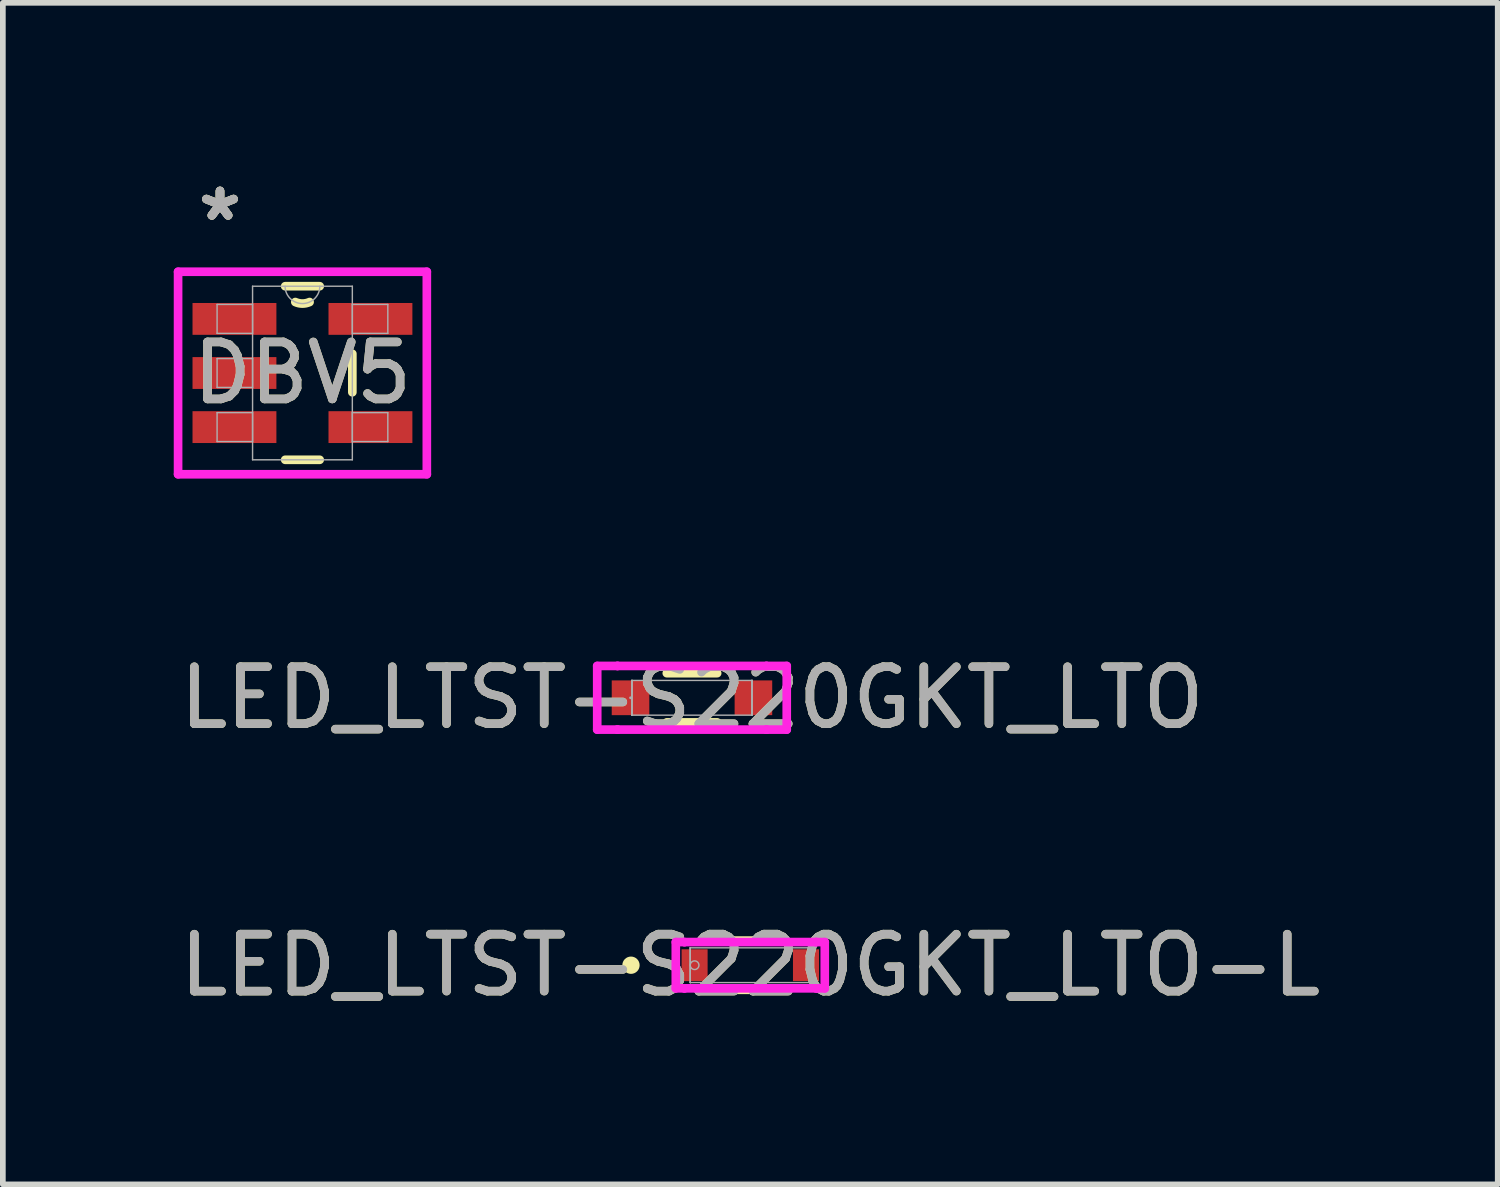
<source format=kicad_pcb>
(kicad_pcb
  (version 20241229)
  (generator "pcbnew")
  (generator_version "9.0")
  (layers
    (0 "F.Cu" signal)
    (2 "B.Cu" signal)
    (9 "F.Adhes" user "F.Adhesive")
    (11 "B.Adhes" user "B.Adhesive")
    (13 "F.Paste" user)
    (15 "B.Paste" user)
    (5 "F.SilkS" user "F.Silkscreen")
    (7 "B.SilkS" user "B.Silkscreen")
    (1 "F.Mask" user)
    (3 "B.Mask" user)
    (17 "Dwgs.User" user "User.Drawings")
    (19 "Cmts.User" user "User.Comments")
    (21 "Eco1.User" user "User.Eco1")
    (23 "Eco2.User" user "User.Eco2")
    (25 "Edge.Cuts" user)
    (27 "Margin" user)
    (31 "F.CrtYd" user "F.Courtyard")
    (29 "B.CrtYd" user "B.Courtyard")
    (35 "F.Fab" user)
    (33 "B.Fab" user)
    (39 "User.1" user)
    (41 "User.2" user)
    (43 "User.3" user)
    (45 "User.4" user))
  (footprint "LED_LTST-S220GKT_LTO"
    (layer "F.Cu")
    (at 9.101 9.203)
    (property "Reference" "LED_LTST-S220GKT_LTO" (at 0 0 0) (unlocked yes) (layer "F.SilkS") (effects (font (size 1 1) (thickness 0.15))))
    (attr smd)
    (fp_line (start -0.442 0.432) (end 0.442 0.432) (stroke (width 0.152) (type solid)) (layer "F.SilkS"))
    (fp_line (start 0.442 -0.432) (end -0.442 -0.432) (stroke (width 0.152) (type solid)) (layer "F.SilkS"))
    (fp_line (start -1.664 -0.559) (end -1.308 -0.559) (stroke (width 0.152) (type solid)) (layer "F.CrtYd"))
    (fp_line (start -1.664 0.559) (end -1.664 -0.559) (stroke (width 0.152) (type solid)) (layer "F.CrtYd"))
    (fp_line (start -1.308 -0.559) (end -1.308 -0.559) (stroke (width 0.152) (type solid)) (layer "F.CrtYd"))
    (fp_line (start -1.308 -0.559) (end 1.308 -0.559) (stroke (width 0.152) (type solid)) (layer "F.CrtYd"))
    (fp_line (start -1.308 0.559) (end -1.664 0.559) (stroke (width 0.152) (type solid)) (layer "F.CrtYd"))
    (fp_line (start -1.308 0.559) (end -1.308 0.559) (stroke (width 0.152) (type solid)) (layer "F.CrtYd"))
    (fp_line (start 1.308 -0.559) (end 1.308 -0.559) (stroke (width 0.152) (type solid)) (layer "F.CrtYd"))
    (fp_line (start 1.308 -0.559) (end 1.664 -0.559) (stroke (width 0.152) (type solid)) (layer "F.CrtYd"))
    (fp_line (start 1.308 0.559) (end -1.308 0.559) (stroke (width 0.152) (type solid)) (layer "F.CrtYd"))
    (fp_line (start 1.308 0.559) (end 1.308 0.559) (stroke (width 0.152) (type solid)) (layer "F.CrtYd"))
    (fp_line (start 1.664 -0.559) (end 1.664 0.559) (stroke (width 0.152) (type solid)) (layer "F.CrtYd"))
    (fp_line (start 1.664 0.559) (end 1.308 0.559) (stroke (width 0.152) (type solid)) (layer "F.CrtYd"))
    (fp_line (start -1.054 -0.305) (end -1.054 -0.305) (stroke (width 0.025) (type solid)) (layer "F.Fab"))
    (fp_line (start -1.054 -0.305) (end -1.054 0.305) (stroke (width 0.025) (type solid)) (layer "F.Fab"))
    (fp_line (start -1.054 -0.305) (end -1.054 0.305) (stroke (width 0.025) (type solid)) (layer "F.Fab"))
    (fp_line (start -1.054 0.305) (end -1.054 -0.305) (stroke (width 0.025) (type solid)) (layer "F.Fab"))
    (fp_line (start -1.054 0.305) (end -1.054 0.305) (stroke (width 0.025) (type solid)) (layer "F.Fab"))
    (fp_line (start -1.054 0.305) (end 1.054 0.305) (stroke (width 0.025) (type solid)) (layer "F.Fab"))
    (fp_line (start 1.054 -0.305) (end -1.054 -0.305) (stroke (width 0.025) (type solid)) (layer "F.Fab"))
    (fp_line (start 1.054 -0.305) (end 1.054 -0.305) (stroke (width 0.025) (type solid)) (layer "F.Fab"))
    (fp_line (start 1.054 -0.305) (end 1.054 0.305) (stroke (width 0.025) (type solid)) (layer "F.Fab"))
    (fp_line (start 1.054 0.305) (end 1.054 -0.305) (stroke (width 0.025) (type solid)) (layer "F.Fab"))
    (fp_line (start 1.054 0.305) (end 1.054 -0.305) (stroke (width 0.025) (type solid)) (layer "F.Fab"))
    (fp_line (start 1.054 0.305) (end 1.054 0.305) (stroke (width 0.025) (type solid)) (layer "F.Fab"))
    (fp_circle (center -1.079 0) (end -1.079 0) (stroke (width 0.025) (type solid)) (fill no) (layer "F.Fab"))
    (fp_text user "${REFERENCE}" (at 0 0 0) (unlocked yes) (layer "F.Fab") (effects (font (size 1 1) (thickness 0.15))))
    (pad "1" smd rect (at -1.079 0) (size 0.66 0.61) (layers "F.Cu" "F.Mask" "F.Paste"))
    (pad "2" smd rect (at 1.079 0) (size 0.66 0.61) (layers "F.Cu" "F.Mask" "F.Paste"))
    (zone (net_name "") (layer "F.Cu") (hatch full 0.508) (connect_pads) (min_thickness 0.254) (filled_areas_thickness no) (keepout (tracks not_allowed) (vias not_allowed) (pads allowed) (copperpour not_allowed) (footprints allowed)) (placement (enabled no)) (fill) (polygon (pts (xy 8.403 8.948) (xy 9.8 8.948) (xy 9.8 9.457) (xy 8.403 9.457)))))
  (footprint "DBV5"
    (layer "F.Cu")
    (at 2.261 3.5)
    (property "Reference" "DBV5" (at 0 0 0) (unlocked yes) (layer "F.SilkS") (effects (font (size 1 1) (thickness 0.15))))
    (attr smd)
    (fp_line (start -0.303 1.524) (end 0.303 1.524) (stroke (width 0.152) (type solid)) (layer "F.SilkS"))
    (fp_line (start 0.303 -1.524) (end -0.303 -1.524) (stroke (width 0.152) (type solid)) (layer "F.SilkS"))
    (fp_line (start 0.876 0.338) (end 0.876 -0.338) (stroke (width 0.152) (type solid)) (layer "F.SilkS"))
    (fp_arc (start 0.124872 -1.245953) (mid 0 -1.2192) (end -0.124872 -1.245953) (stroke (width 0.1524) (type solid)) (layer "F.SilkS"))
    (fp_line (start -2.184 -1.778) (end 2.184 -1.778) (stroke (width 0.152) (type solid)) (layer "F.CrtYd"))
    (fp_line (start -2.184 1.778) (end -2.184 -1.778) (stroke (width 0.152) (type solid)) (layer "F.CrtYd"))
    (fp_line (start 2.184 -1.778) (end 2.184 1.778) (stroke (width 0.152) (type solid)) (layer "F.CrtYd"))
    (fp_line (start 2.184 1.778) (end -2.184 1.778) (stroke (width 0.152) (type solid)) (layer "F.CrtYd"))
    (fp_line (start -1.499 -1.204) (end -1.499 -0.696) (stroke (width 0.025) (type solid)) (layer "F.Fab"))
    (fp_line (start -1.499 -0.696) (end -0.876 -0.696) (stroke (width 0.025) (type solid)) (layer "F.Fab"))
    (fp_line (start -1.499 -0.254) (end -1.499 0.254) (stroke (width 0.025) (type solid)) (layer "F.Fab"))
    (fp_line (start -1.499 0.254) (end -0.876 0.254) (stroke (width 0.025) (type solid)) (layer "F.Fab"))
    (fp_line (start -1.499 0.696) (end -1.499 1.204) (stroke (width 0.025) (type solid)) (layer "F.Fab"))
    (fp_line (start -1.499 1.204) (end -0.876 1.204) (stroke (width 0.025) (type solid)) (layer "F.Fab"))
    (fp_line (start -0.876 -1.524) (end -0.876 1.524) (stroke (width 0.025) (type solid)) (layer "F.Fab"))
    (fp_line (start -0.876 -1.204) (end -1.499 -1.204) (stroke (width 0.025) (type solid)) (layer "F.Fab"))
    (fp_line (start -0.876 -0.696) (end -0.876 -1.204) (stroke (width 0.025) (type solid)) (layer "F.Fab"))
    (fp_line (start -0.876 -0.254) (end -1.499 -0.254) (stroke (width 0.025) (type solid)) (layer "F.Fab"))
    (fp_line (start -0.876 0.254) (end -0.876 -0.254) (stroke (width 0.025) (type solid)) (layer "F.Fab"))
    (fp_line (start -0.876 0.696) (end -1.499 0.696) (stroke (width 0.025) (type solid)) (layer "F.Fab"))
    (fp_line (start -0.876 1.204) (end -0.876 0.696) (stroke (width 0.025) (type solid)) (layer "F.Fab"))
    (fp_line (start -0.876 1.524) (end 0.876 1.524) (stroke (width 0.025) (type solid)) (layer "F.Fab"))
    (fp_line (start 0.876 -1.524) (end -0.876 -1.524) (stroke (width 0.025) (type solid)) (layer "F.Fab"))
    (fp_line (start 0.876 -1.204) (end 0.876 -0.696) (stroke (width 0.025) (type solid)) (layer "F.Fab"))
    (fp_line (start 0.876 -0.696) (end 1.499 -0.696) (stroke (width 0.025) (type solid)) (layer "F.Fab"))
    (fp_line (start 0.876 0.696) (end 0.876 1.204) (stroke (width 0.025) (type solid)) (layer "F.Fab"))
    (fp_line (start 0.876 1.204) (end 1.499 1.204) (stroke (width 0.025) (type solid)) (layer "F.Fab"))
    (fp_line (start 0.876 1.524) (end 0.876 -1.524) (stroke (width 0.025) (type solid)) (layer "F.Fab"))
    (fp_line (start 1.499 -1.204) (end 0.876 -1.204) (stroke (width 0.025) (type solid)) (layer "F.Fab"))
    (fp_line (start 1.499 -0.696) (end 1.499 -1.204) (stroke (width 0.025) (type solid)) (layer "F.Fab"))
    (fp_line (start 1.499 0.696) (end 0.876 0.696) (stroke (width 0.025) (type solid)) (layer "F.Fab"))
    (fp_line (start 1.499 1.204) (end 1.499 0.696) (stroke (width 0.025) (type solid)) (layer "F.Fab"))
    (fp_arc (start 0.3048 -1.524) (mid 0 -1.2192) (end -0.3048 -1.524) (stroke (width 0.0254) (type solid)) (layer "F.Fab"))
    (fp_text user "*" (at -1.448 -2.652 0) (layer "F.SilkS") (effects (font (size 1 1) (thickness 0.15))))
    (fp_text user "*" (at -1.448 -2.652 0) (unlocked yes) (layer "F.SilkS") (effects (font (size 1 1) (thickness 0.15))))
    (fp_text user "*" (at -1.448 -2.652 0) (layer "F.Fab") (effects (font (size 1 1) (thickness 0.15))))
    (fp_text user "${REFERENCE}" (at 0 0 0) (unlocked yes) (layer "F.Fab") (effects (font (size 1 1) (thickness 0.15))))
    (fp_text user "*" (at -1.448 -2.652 0) (unlocked yes) (layer "F.Fab") (effects (font (size 1 1) (thickness 0.15))))
    (pad "1" smd rect (at -1.194 -0.95) (size 1.473 0.559) (layers "F.Cu" "F.Mask" "F.Paste"))
    (pad "2" smd rect (at -1.194 0) (size 1.473 0.559) (layers "F.Cu" "F.Mask" "F.Paste"))
    (pad "3" smd rect (at -1.194 0.95) (size 1.473 0.559) (layers "F.Cu" "F.Mask" "F.Paste"))
    (pad "4" smd rect (at 1.194 0.95) (size 1.473 0.559) (layers "F.Cu" "F.Mask" "F.Paste"))
    (pad "5" smd rect (at 1.194 -0.95) (size 1.473 0.559) (layers "F.Cu" "F.Mask" "F.Paste")))
  (footprint "LED_LTST-S220GKT_LTO-L"
    (layer "F.Cu")
    (at 10.125 13.899)
    (property "Reference" "LED_LTST-S220GKT_LTO-L" (at 0 0 0) (unlocked yes) (layer "F.SilkS") (effects (font (size 1 1) (thickness 0.15))))
    (attr smd)
    (fp_line (start -0.454 0.432) (end 0.454 0.432) (stroke (width 0.152) (type solid)) (layer "F.SilkS"))
    (fp_line (start 0.454 -0.432) (end -0.454 -0.432) (stroke (width 0.152) (type solid)) (layer "F.SilkS"))
    (fp_circle (center -2.095 0) (end -2.019 0) (stroke (width 0.152) (type solid)) (fill no) (layer "F.SilkS"))
    (fp_line (start -1.308 -0.406) (end -1.156 -0.406) (stroke (width 0.152) (type solid)) (layer "F.CrtYd"))
    (fp_line (start -1.308 0.406) (end -1.308 -0.406) (stroke (width 0.152) (type solid)) (layer "F.CrtYd"))
    (fp_line (start -1.156 -0.406) (end -1.156 -0.406) (stroke (width 0.152) (type solid)) (layer "F.CrtYd"))
    (fp_line (start -1.156 -0.406) (end 1.156 -0.406) (stroke (width 0.152) (type solid)) (layer "F.CrtYd"))
    (fp_line (start -1.156 0.406) (end -1.308 0.406) (stroke (width 0.152) (type solid)) (layer "F.CrtYd"))
    (fp_line (start -1.156 0.406) (end -1.156 0.406) (stroke (width 0.152) (type solid)) (layer "F.CrtYd"))
    (fp_line (start 1.156 -0.406) (end 1.156 -0.406) (stroke (width 0.152) (type solid)) (layer "F.CrtYd"))
    (fp_line (start 1.156 -0.406) (end 1.308 -0.406) (stroke (width 0.152) (type solid)) (layer "F.CrtYd"))
    (fp_line (start 1.156 0.406) (end -1.156 0.406) (stroke (width 0.152) (type solid)) (layer "F.CrtYd"))
    (fp_line (start 1.156 0.406) (end 1.156 0.406) (stroke (width 0.152) (type solid)) (layer "F.CrtYd"))
    (fp_line (start 1.308 -0.406) (end 1.308 0.406) (stroke (width 0.152) (type solid)) (layer "F.CrtYd"))
    (fp_line (start 1.308 0.406) (end 1.156 0.406) (stroke (width 0.152) (type solid)) (layer "F.CrtYd"))
    (fp_line (start -1.054 -0.305) (end -1.054 -0.305) (stroke (width 0.025) (type solid)) (layer "F.Fab"))
    (fp_line (start -1.054 -0.305) (end -1.054 0.305) (stroke (width 0.025) (type solid)) (layer "F.Fab"))
    (fp_line (start -1.054 -0.305) (end -1.054 0.305) (stroke (width 0.025) (type solid)) (layer "F.Fab"))
    (fp_line (start -1.054 0.305) (end -1.054 -0.305) (stroke (width 0.025) (type solid)) (layer "F.Fab"))
    (fp_line (start -1.054 0.305) (end -1.054 0.305) (stroke (width 0.025) (type solid)) (layer "F.Fab"))
    (fp_line (start -1.054 0.305) (end 1.054 0.305) (stroke (width 0.025) (type solid)) (layer "F.Fab"))
    (fp_line (start 1.054 -0.305) (end -1.054 -0.305) (stroke (width 0.025) (type solid)) (layer "F.Fab"))
    (fp_line (start 1.054 -0.305) (end 1.054 -0.305) (stroke (width 0.025) (type solid)) (layer "F.Fab"))
    (fp_line (start 1.054 -0.305) (end 1.054 0.305) (stroke (width 0.025) (type solid)) (layer "F.Fab"))
    (fp_line (start 1.054 0.305) (end 1.054 -0.305) (stroke (width 0.025) (type solid)) (layer "F.Fab"))
    (fp_line (start 1.054 0.305) (end 1.054 -0.305) (stroke (width 0.025) (type solid)) (layer "F.Fab"))
    (fp_line (start 1.054 0.305) (end 1.054 0.305) (stroke (width 0.025) (type solid)) (layer "F.Fab"))
    (fp_circle (center -0.978 0) (end -0.902 0) (stroke (width 0.025) (type solid)) (fill no) (layer "F.Fab"))
    (fp_text user "${REFERENCE}" (at 0 0 0) (unlocked yes) (layer "F.Fab") (effects (font (size 1 1) (thickness 0.15))))
    (pad "1" smd rect (at -0.978 0) (size 0.457 0.559) (layers "F.Cu" "F.Mask" "F.Paste"))
    (pad "2" smd rect (at 0.978 0) (size 0.457 0.559) (layers "F.Cu" "F.Mask" "F.Paste"))
    (zone (net_name "") (layer "F.Cu") (hatch full 0.508) (connect_pads) (min_thickness 0.254) (filled_areas_thickness no) (keepout (tracks not_allowed) (vias not_allowed) (pads allowed) (copperpour not_allowed) (footprints allowed)) (placement (enabled no)) (fill) (polygon (pts (xy 9.427 13.645) (xy 10.824 13.645) (xy 10.824 14.153) (xy 9.427 14.153)))))
  (gr_rect
    (start -3 -3)
    (end 23.25 17.747)
    (stroke (width 0.1) (type default))
    (fill no)
    (layer "Edge.Cuts")))
</source>
